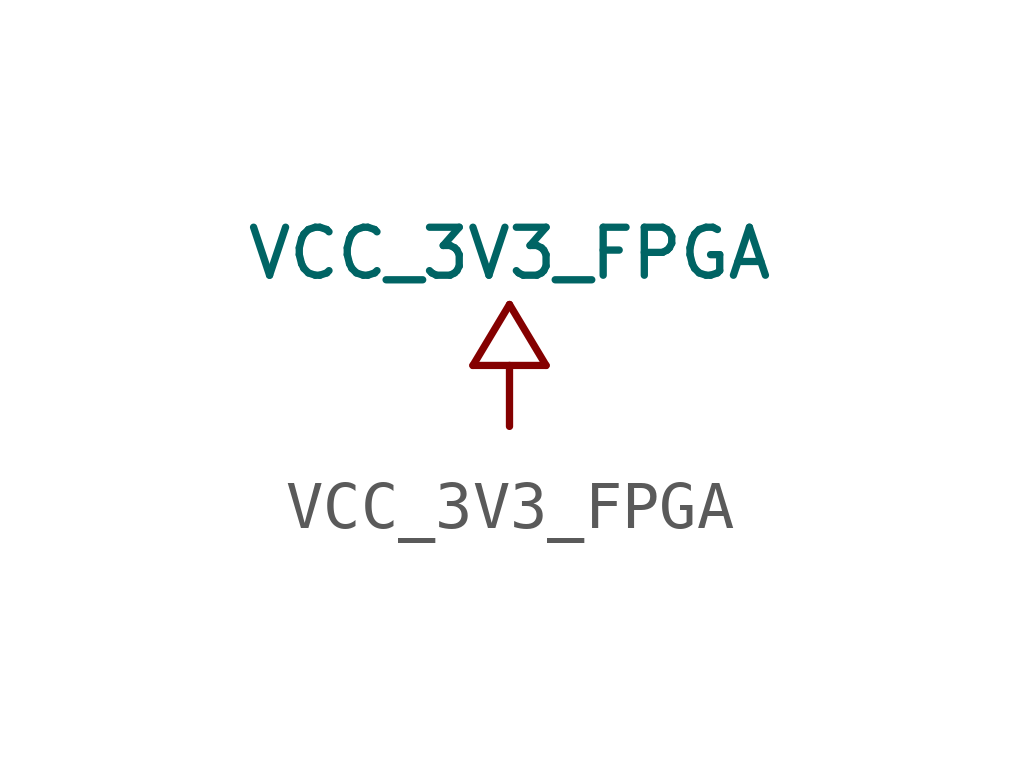
<source format=kicad_sym>
(kicad_symbol_lib
  (version 20241209)
  (generator "kicad_symbol_editor")
  (generator_version "9.0")
  (symbol "VCC_3V3_FPGA"
    (power)
    (pin_names
      (offset 0))
    (property "Reference" "#PWR?"
      (at 0 -3.81 0)
      (effects (font (size 1.27 1.27)) (hide yes)))
    (property "Value" "VCC_3V3_FPGA"
      (at 0 3.605 0)
      (effects (font (size 1 1))))
    (symbol "VCC_3V3_FPGA_0_1"
      (polyline (pts (xy -0.762 1.27) (xy 0 2.54)) (stroke (width 0) (type default)) (fill (type none)))
      (polyline (pts (xy -0.762 1.27) (xy 0.762 1.27)) (stroke (width 0) (type default)) (fill (type none)))
      (polyline (pts (xy 0 2.54) (xy 0.762 1.27)) (stroke (width 0) (type default)) (fill (type none)))
      (polyline (pts (xy 0 0) (xy 0 1.27)) (stroke (width 0) (type default)) (fill (type none))))
    (symbol "VCC_3V3_FPGA_1_1"
      (pin power_in line (at 0 0 90) (length 0) (hide yes) (name "VCC_3V3_FPGA" (effects (font (size 1.27 1.27)))) (number "1" (effects (font (size 1.27 1.27))))))))
</source>
